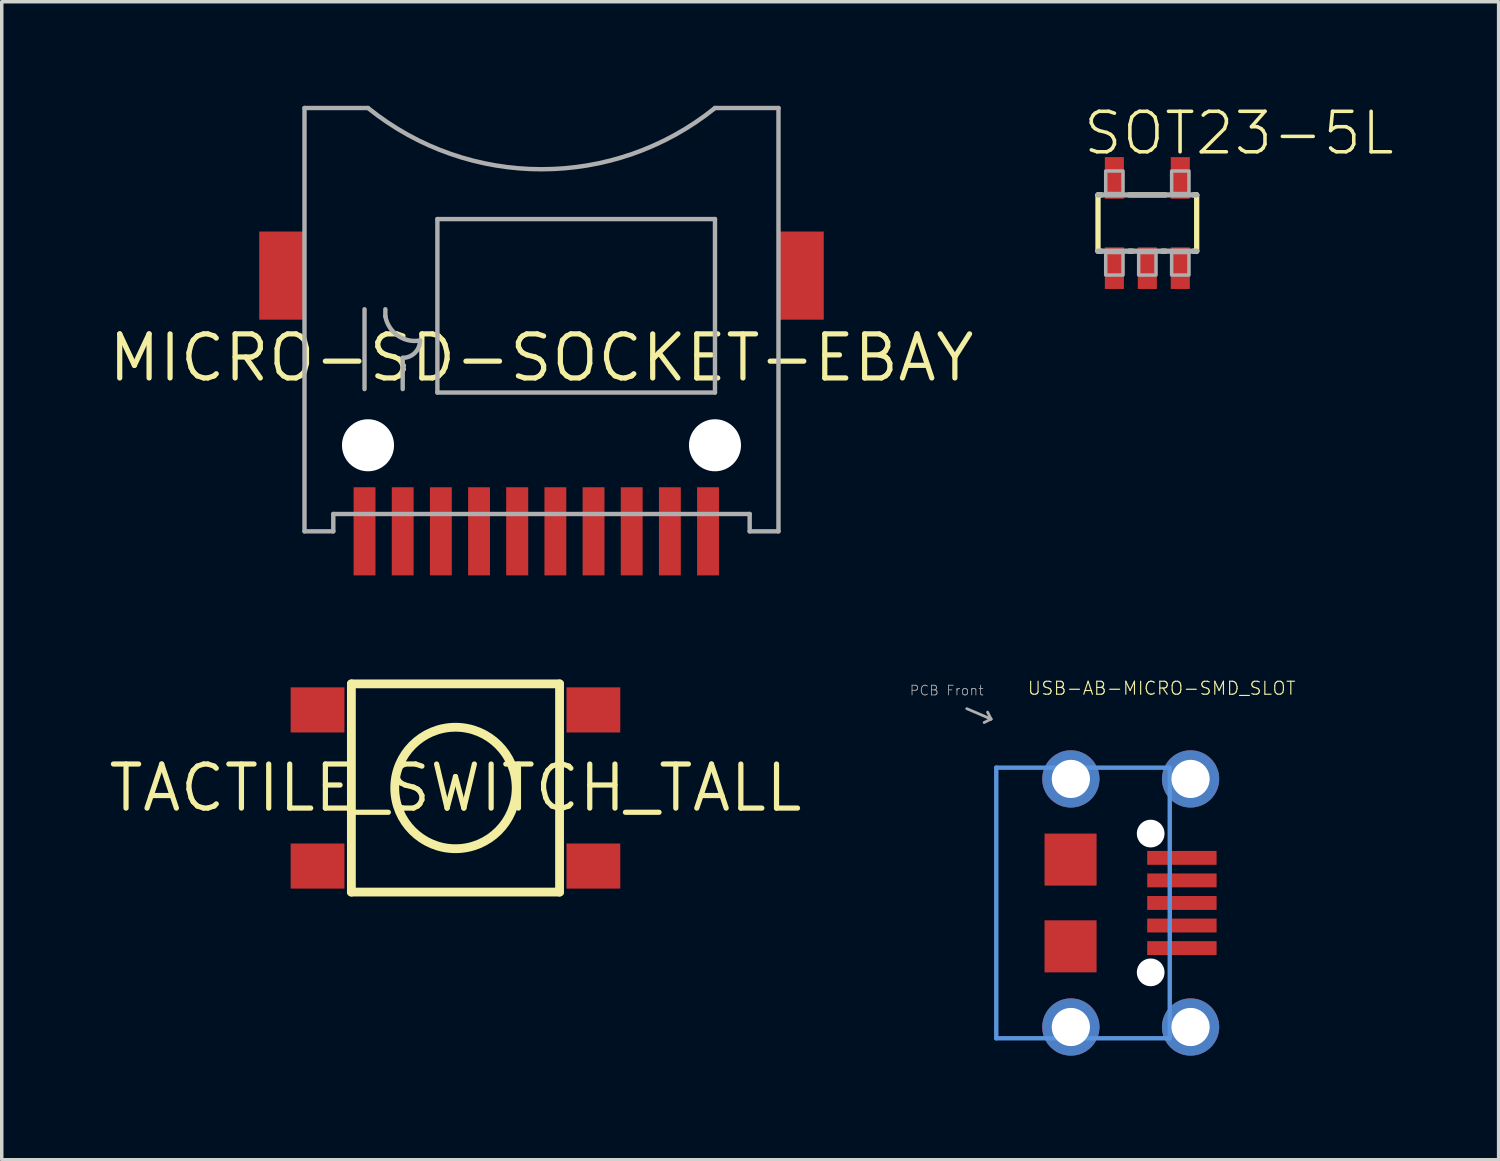
<source format=kicad_pcb>
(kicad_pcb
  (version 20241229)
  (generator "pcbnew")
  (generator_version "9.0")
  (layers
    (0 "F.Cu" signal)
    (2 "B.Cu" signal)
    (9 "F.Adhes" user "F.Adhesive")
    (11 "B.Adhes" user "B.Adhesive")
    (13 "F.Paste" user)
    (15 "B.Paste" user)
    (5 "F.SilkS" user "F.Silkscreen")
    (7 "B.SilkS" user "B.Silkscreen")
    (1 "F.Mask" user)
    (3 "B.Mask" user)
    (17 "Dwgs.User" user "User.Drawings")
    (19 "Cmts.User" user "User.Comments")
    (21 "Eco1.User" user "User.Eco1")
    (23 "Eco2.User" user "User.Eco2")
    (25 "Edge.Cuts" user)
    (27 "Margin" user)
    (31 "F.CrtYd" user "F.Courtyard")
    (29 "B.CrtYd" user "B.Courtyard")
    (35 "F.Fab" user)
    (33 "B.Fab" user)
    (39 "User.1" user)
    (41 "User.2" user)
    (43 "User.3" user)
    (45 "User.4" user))
  (footprint "SOT23-5L"
    (layer "F.Cu")
    (at 30.017 3.378)
    (property "Reference" "SOT23-5L" (at -1.905 -1.905 0) (unlocked yes) (layer "F.SilkS") (effects (font (size 1.168 1.168) (thickness 0.102)) (justify left bottom)))
    (fp_line (start -1.422 -0.81) (end -1.328 -0.81) (stroke (width 0.152) (type solid)) (layer "F.SilkS"))
    (fp_line (start -1.422 0.81) (end -1.422 -0.81) (stroke (width 0.152) (type solid)) (layer "F.SilkS"))
    (fp_line (start -1.328 0.81) (end -1.422 0.81) (stroke (width 0.152) (type solid)) (layer "F.SilkS"))
    (fp_line (start -0.522 -0.81) (end 0.522 -0.81) (stroke (width 0.152) (type solid)) (layer "F.SilkS"))
    (fp_line (start -0.428 0.81) (end -0.522 0.81) (stroke (width 0.152) (type solid)) (layer "F.SilkS"))
    (fp_line (start 0.522 0.81) (end 0.428 0.81) (stroke (width 0.152) (type solid)) (layer "F.SilkS"))
    (fp_line (start 1.328 -0.81) (end 1.422 -0.81) (stroke (width 0.152) (type solid)) (layer "F.SilkS"))
    (fp_line (start 1.422 -0.81) (end 1.422 0.81) (stroke (width 0.152) (type solid)) (layer "F.SilkS"))
    (fp_line (start 1.422 0.81) (end 1.328 0.81) (stroke (width 0.152) (type solid)) (layer "F.SilkS"))
    (fp_line (start -1.422 -0.81) (end 1.422 -0.81) (stroke (width 0.152) (type solid)) (layer "F.Fab"))
    (fp_line (start 1.422 0.81) (end -1.422 0.81) (stroke (width 0.152) (type solid)) (layer "F.Fab"))
    (fp_poly (pts (xy -1.2 -0.85) (xy -0.7 -0.85) (xy -0.7 -1.5) (xy -1.2 -1.5)) (stroke (width 0.1) (type default)) (fill no) (layer "F.Fab"))
    (fp_poly (pts (xy -1.2 1.5) (xy -0.7 1.5) (xy -0.7 0.85) (xy -1.2 0.85)) (stroke (width 0.1) (type default)) (fill no) (layer "F.Fab"))
    (fp_poly (pts (xy -0.25 1.5) (xy 0.25 1.5) (xy 0.25 0.85) (xy -0.25 0.85)) (stroke (width 0.1) (type default)) (fill no) (layer "F.Fab"))
    (fp_poly (pts (xy 0.7 -0.85) (xy 1.2 -0.85) (xy 1.2 -1.5) (xy 0.7 -1.5)) (stroke (width 0.1) (type default)) (fill no) (layer "F.Fab"))
    (fp_poly (pts (xy 0.7 1.5) (xy 1.2 1.5) (xy 1.2 0.85) (xy 0.7 0.85)) (stroke (width 0.1) (type default)) (fill no) (layer "F.Fab"))
    (pad "1" smd rect (at -0.95 1.3) (size 0.55 1.2) (layers "F.Cu" "F.Mask" "F.Paste"))
    (pad "2" smd rect (at 0 1.3) (size 0.55 1.2) (layers "F.Cu" "F.Mask" "F.Paste"))
    (pad "3" smd rect (at 0.95 1.3) (size 0.55 1.2) (layers "F.Cu" "F.Mask" "F.Paste"))
    (pad "4" smd rect (at 0.95 -1.3) (size 0.55 1.2) (layers "F.Cu" "F.Mask" "F.Paste"))
    (pad "5" smd rect (at -0.95 -1.3) (size 0.55 1.2) (layers "F.Cu" "F.Mask" "F.Paste")))
  (footprint "USB-AB-MICRO-SMD_SLOT"
    (layer "F.Cu")
    (at 27.813 22.974)
    (property "Reference" "USB-AB-MICRO-SMD_SLOT" (at -1.27 -5.969 0) (unlocked yes) (layer "F.SilkS") (effects (font (size 0.374 0.374) (thickness 0.033)) (justify left bottom)))
    (fp_poly (pts (xy -0.759 -0.5) (xy 0.741 -0.5) (xy 0.741 -2) (xy -0.759 -2)) (stroke (width 0) (type default)) (fill yes) (layer "F.Cu"))
    (fp_poly (pts (xy -0.759 2) (xy 0.741 2) (xy 0.741 0.5) (xy -0.759 0.5)) (stroke (width 0) (type default)) (fill yes) (layer "F.Cu"))
    (fp_poly (pts (xy -0.794 -0.508) (xy 0.73 -0.508) (xy 0.73 -2.032) (xy -0.794 -2.032)) (stroke (width 0) (type default)) (fill yes) (layer "F.Mask"))
    (fp_poly (pts (xy -0.794 2.032) (xy 0.73 2.032) (xy 0.73 0.508) (xy -0.794 0.508)) (stroke (width 0) (type default)) (fill yes) (layer "F.Mask"))
    (fp_poly (pts (xy -0.667 -0.635) (xy 0.603 -0.635) (xy 0.603 -1.905) (xy -0.667 -1.905)) (stroke (width 0) (type default)) (fill yes) (layer "F.Paste"))
    (fp_poly (pts (xy -0.667 1.905) (xy 0.603 1.905) (xy 0.603 0.635) (xy -0.667 0.635)) (stroke (width 0) (type default)) (fill yes) (layer "F.Paste"))
    (fp_line (start -2.15 -3.9) (end -2.15 3.9) (stroke (width 0.127) (type solid)) (layer "Cmts.User"))
    (fp_line (start 2.85 -3.9) (end -2.15 -3.9) (stroke (width 0.127) (type solid)) (layer "Cmts.User"))
    (fp_line (start 2.85 -3.9) (end 2.85 3.9) (stroke (width 0.127) (type solid)) (layer "Cmts.User"))
    (fp_line (start 2.85 3.9) (end -2.15 3.9) (stroke (width 0.127) (type solid)) (layer "Cmts.User"))
    (fp_line (start -3 -5.6) (end -2.3 -5.3) (stroke (width 0.08) (type solid)) (layer "F.Fab"))
    (fp_line (start -2.3 -5.3) (end -2.5 -5.2) (stroke (width 0.08) (type solid)) (layer "F.Fab"))
    (fp_line (start -2.3 -5.3) (end -2.4 -5.5) (stroke (width 0.08) (type solid)) (layer "F.Fab"))
    (fp_text user "PCB Front" (at -4.66 -5.96 0) (unlocked yes) (layer "F.Fab") (effects (font (size 0.28 0.28) (thickness 0.024)) (justify left bottom)))
    (pad "" np_thru_hole circle (at 2.3 -2) (size 0.8 0.8) (drill 0.8) (layers "*.Cu" "*.Mask"))
    (pad "" np_thru_hole circle (at 2.3 2) (size 0.8 0.8) (drill 0.8) (layers "*.Cu" "*.Mask"))
    (pad "D+1" smd rect (at 3.2 0 90) (size 0.4 2) (layers "F.Cu" "F.Mask" "F.Paste"))
    (pad "D-1" smd rect (at 3.2 -0.65 90) (size 0.4 2) (layers "F.Cu" "F.Mask" "F.Paste"))
    (pad "GND1" smd rect (at 3.2 1.3 90) (size 0.4 2) (layers "F.Cu" "F.Mask" "F.Paste"))
    (pad "ID1" smd rect (at 3.2 0.65 90) (size 0.4 2) (layers "F.Cu" "F.Mask" "F.Paste"))
    (pad "P$1" thru_hole circle (at 0 -3.575) (size 1.65 1.65) (drill 1.1) (layers "*.Cu" "*.Mask"))
    (pad "P$2" thru_hole circle (at 0 3.575) (size 1.65 1.65) (drill 1.1) (layers "*.Cu" "*.Mask"))
    (pad "P$3" thru_hole circle (at 3.45 3.575) (size 1.65 1.65) (drill 1.1) (layers "*.Cu" "*.Mask"))
    (pad "P$4" thru_hole circle (at 3.45 -3.575) (size 1.65 1.65) (drill 1.1) (layers "*.Cu" "*.Mask"))
    (pad "VBUS1" smd rect (at 3.2 -1.3 90) (size 0.4 2) (layers "F.Cu" "F.Mask" "F.Paste")))
  (footprint "MICRO-SD-SOCKET-EBAY"
    (layer "F.Cu")
    (at 12.556 7.263)
    (property "Reference" "MICRO-SD-SOCKET-EBAY" (at 0 0 0) (layer "F.SilkS") (effects (font (size 1.27 1.27) (thickness 0.15))))
    (fp_line (start -6.83 -7.2) (end -5 -7.2) (stroke (width 0.127) (type solid)) (layer "F.Fab"))
    (fp_line (start -6.83 5) (end -6.83 -7.2) (stroke (width 0.127) (type solid)) (layer "F.Fab"))
    (fp_line (start -6 4.5) (end -6 5) (stroke (width 0.127) (type solid)) (layer "F.Fab"))
    (fp_line (start -6 5) (end -6.83 5) (stroke (width 0.127) (type solid)) (layer "F.Fab"))
    (fp_line (start -5.1 0.9) (end -5.1 -1.4) (stroke (width 0.127) (type solid)) (layer "F.Fab"))
    (fp_line (start -4.5 -1.2) (end -4.5 -1.4) (stroke (width 0.127) (type solid)) (layer "F.Fab"))
    (fp_line (start -4 0.9) (end -4 0) (stroke (width 0.127) (type solid)) (layer "F.Fab"))
    (fp_line (start -3 -4) (end -3 1) (stroke (width 0.127) (type solid)) (layer "F.Fab"))
    (fp_line (start -3 1) (end 5 1) (stroke (width 0.127) (type solid)) (layer "F.Fab"))
    (fp_line (start 5 -7.2) (end 6.83 -7.2) (stroke (width 0.127) (type solid)) (layer "F.Fab"))
    (fp_line (start 5 -4) (end -3 -4) (stroke (width 0.127) (type solid)) (layer "F.Fab"))
    (fp_line (start 5 1) (end 5 -4) (stroke (width 0.127) (type solid)) (layer "F.Fab"))
    (fp_line (start 6 4.5) (end -6 4.5) (stroke (width 0.127) (type solid)) (layer "F.Fab"))
    (fp_line (start 6 5) (end 6 4.5) (stroke (width 0.127) (type solid)) (layer "F.Fab"))
    (fp_line (start 6.83 -7.2) (end 6.83 5) (stroke (width 0.127) (type solid)) (layer "F.Fab"))
    (fp_line (start 6.83 5) (end 6 5) (stroke (width 0.127) (type solid)) (layer "F.Fab"))
    (fp_arc (start -3.5 -0.5) (mid -4.144975 -0.642893) (end -4.5 -1.2) (stroke (width 0.127) (type solid)) (layer "F.Fab"))
    (fp_arc (start -3.5 -0.5) (mid -3.646447 -0.146447) (end -4 0) (stroke (width 0.127) (type solid)) (layer "F.Fab"))
    (fp_arc (start 4.999999 -7.199999) (mid -0.000001 -5.435077) (end -5 -7.2) (stroke (width 0.127) (type solid)) (layer "F.Fab"))
    (pad "" np_thru_hole circle (at -5 2.52) (size 1.5 1.5) (drill 1.5) (layers "*.Cu" "*.Mask"))
    (pad "" np_thru_hole circle (at 5 2.52) (size 1.5 1.5) (drill 1.5) (layers "*.Cu" "*.Mask"))
    (pad "P$1" smd rect (at -2.9 5 270) (size 2.54 0.63) (layers "F.Cu" "F.Mask" "F.Paste"))
    (pad "P$2" smd rect (at -1.8 5 270) (size 2.54 0.63) (layers "F.Cu" "F.Mask" "F.Paste"))
    (pad "P$3" smd rect (at -0.7 5 270) (size 2.54 0.635) (layers "F.Cu" "F.Mask" "F.Paste"))
    (pad "P$4" smd rect (at 0.4 5 270) (size 2.54 0.63) (layers "F.Cu" "F.Mask" "F.Paste"))
    (pad "P$5" smd rect (at 1.5 5 270) (size 2.54 0.63) (layers "F.Cu" "F.Mask" "F.Paste"))
    (pad "P$6" smd rect (at 2.6 5 270) (size 2.54 0.63) (layers "F.Cu" "F.Mask" "F.Paste"))
    (pad "P$7" smd rect (at 3.7 5 270) (size 2.54 0.63) (layers "F.Cu" "F.Mask" "F.Paste"))
    (pad "P$8" smd rect (at 4.8 5 270) (size 2.54 0.63) (layers "F.Cu" "F.Mask" "F.Paste"))
    (pad "SH1" smd rect (at -7.5 -2.37 270) (size 2.54 1.27) (layers "F.Cu" "F.Mask" "F.Paste"))
    (pad "SH2" smd rect (at 7.5 -2.37 270) (size 2.54 1.27) (layers "F.Cu" "F.Mask" "F.Paste"))
    (pad "SW1" smd rect (at -5.1 5 270) (size 2.54 0.63) (layers "F.Cu" "F.Mask" "F.Paste"))
    (pad "SW2" smd rect (at -4 5 270) (size 2.54 0.63) (layers "F.Cu" "F.Mask" "F.Paste")))
  (footprint "TACTILE_SWITCH_TALL"
    (layer "F.Cu")
    (at 10.077 19.66)
    (property "Reference" "TACTILE_SWITCH_TALL" (at 0 0 0) (layer "F.SilkS") (effects (font (size 1.27 1.27) (thickness 0.15))))
    (fp_line (start -3 -3) (end -3 3) (stroke (width 0.254) (type solid)) (layer "F.SilkS"))
    (fp_line (start -3 3) (end 3 3) (stroke (width 0.254) (type solid)) (layer "F.SilkS"))
    (fp_line (start 3 -3) (end -3 -3) (stroke (width 0.254) (type solid)) (layer "F.SilkS"))
    (fp_line (start 3 3) (end 3 -3) (stroke (width 0.254) (type solid)) (layer "F.SilkS"))
    (fp_circle (center 0 0) (end 1.75 0) (stroke (width 0.254) (type solid)) (fill no) (layer "F.SilkS"))
    (pad "A1" smd rect (at -3.975 2.25 90) (size 1.3 1.55) (layers "F.Cu" "F.Mask" "F.Paste"))
    (pad "A2" smd rect (at 3.975 2.25 90) (size 1.3 1.55) (layers "F.Cu" "F.Mask" "F.Paste"))
    (pad "B1" smd rect (at -3.975 -2.25 90) (size 1.3 1.55) (layers "F.Cu" "F.Mask" "F.Paste"))
    (pad "B2" smd rect (at 3.975 -2.25 90) (size 1.3 1.55) (layers "F.Cu" "F.Mask" "F.Paste")))
  (gr_rect
    (start -3 -3)
    (end 40.141 30.374)
    (stroke (width 0.1) (type default))
    (fill no)
    (layer "Edge.Cuts")))
</source>
